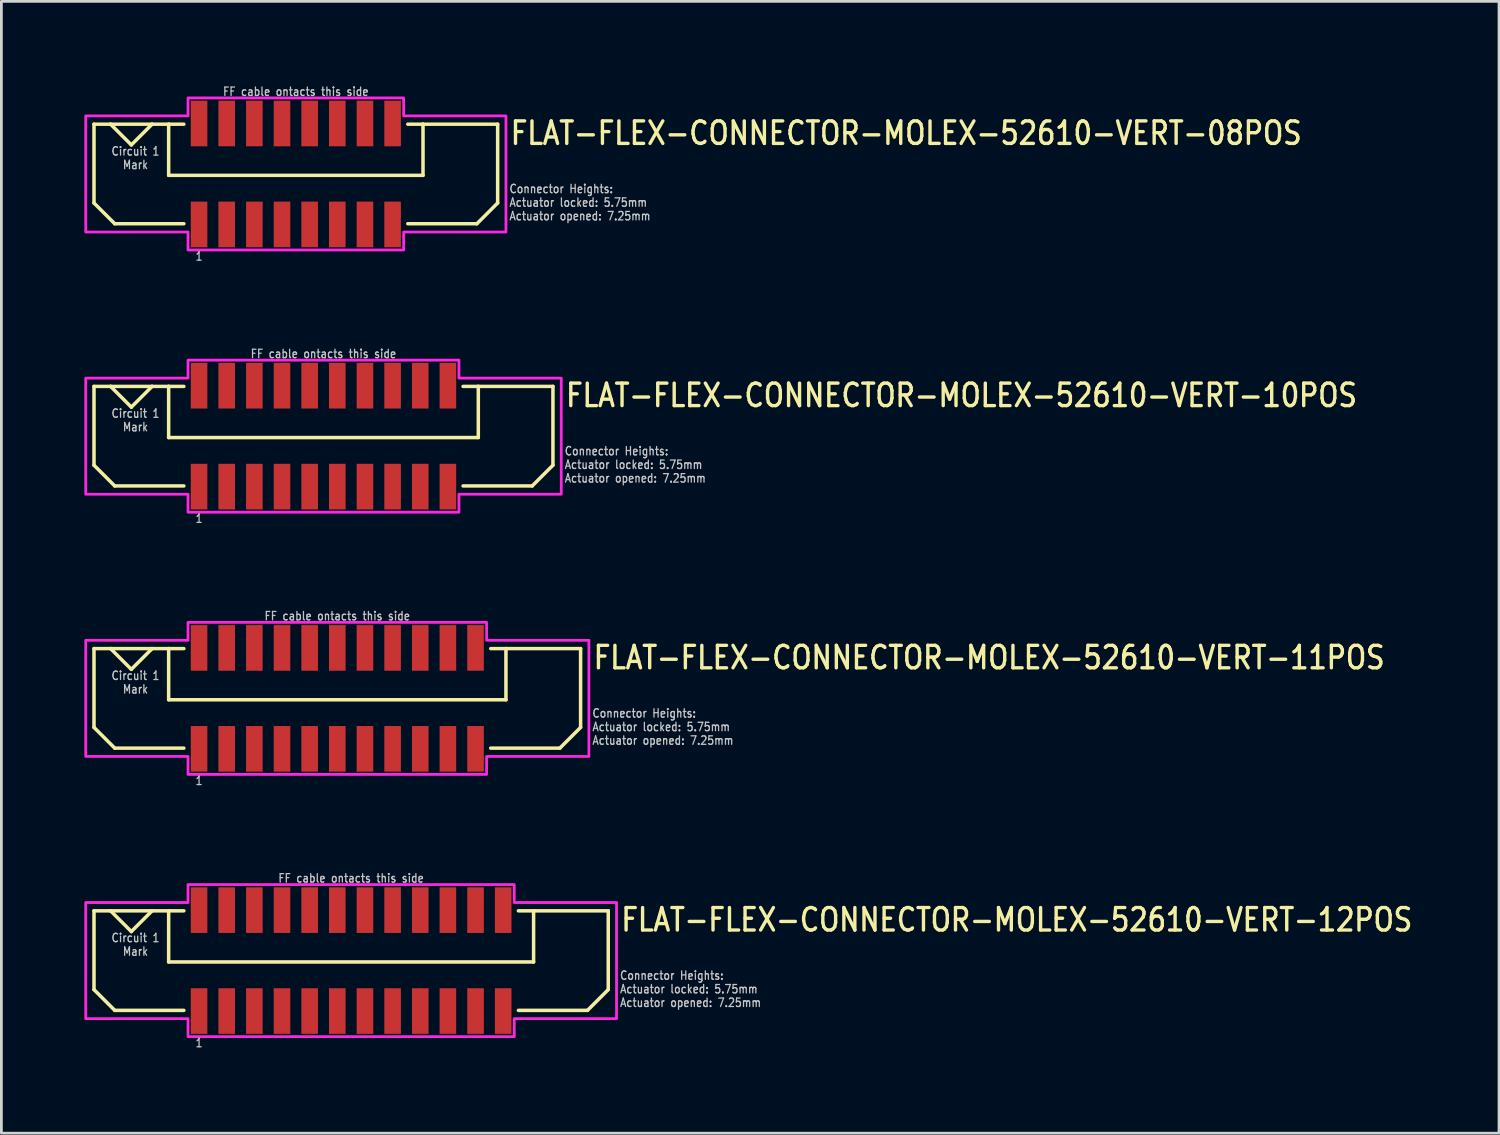
<source format=kicad_pcb>
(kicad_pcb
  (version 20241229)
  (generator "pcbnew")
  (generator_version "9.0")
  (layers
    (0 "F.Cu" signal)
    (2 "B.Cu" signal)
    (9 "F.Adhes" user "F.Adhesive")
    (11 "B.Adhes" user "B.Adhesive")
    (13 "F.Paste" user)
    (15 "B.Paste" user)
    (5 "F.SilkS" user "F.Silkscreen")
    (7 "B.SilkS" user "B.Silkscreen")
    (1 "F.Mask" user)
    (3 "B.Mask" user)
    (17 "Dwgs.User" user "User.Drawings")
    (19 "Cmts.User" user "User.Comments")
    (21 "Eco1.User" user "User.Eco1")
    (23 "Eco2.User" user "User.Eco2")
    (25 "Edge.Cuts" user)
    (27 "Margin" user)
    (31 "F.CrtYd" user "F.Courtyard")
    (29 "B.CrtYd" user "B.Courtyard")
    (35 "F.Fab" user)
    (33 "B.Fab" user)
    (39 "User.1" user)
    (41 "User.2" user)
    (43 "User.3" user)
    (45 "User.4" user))
  (footprint "FLAT-FLEX-CONNECTOR-MOLEX-52610-VERT-08POS"
    (layer "F.Cu")
    (at 7.65 3.242)
    (property "Reference" "FLAT-FLEX-CONNECTOR-MOLEX-52610-VERT-08POS" (at 7.7 -1 0) (unlocked yes) (layer "F.SilkS") (effects (font (size 0.813 0.695) (thickness 0.122)) (justify left bottom)))
    (fp_line (start -7.3 -1.8) (end -7.3 1.05) (stroke (width 0.127) (type solid)) (layer "F.SilkS"))
    (fp_line (start -7.3 1.05) (end -6.55 1.8) (stroke (width 0.127) (type solid)) (layer "F.SilkS"))
    (fp_line (start -6.7 -1.8) (end -7.3 -1.8) (stroke (width 0.127) (type solid)) (layer "F.SilkS"))
    (fp_line (start -6.7 -1.8) (end -5.95 -1.05) (stroke (width 0.127) (type solid)) (layer "F.SilkS"))
    (fp_line (start -6.55 1.8) (end -4.05 1.8) (stroke (width 0.127) (type solid)) (layer "F.SilkS"))
    (fp_line (start -5.95 -1.05) (end -5.2 -1.8) (stroke (width 0.127) (type solid)) (layer "F.SilkS"))
    (fp_line (start -5.2 -1.8) (end -6.7 -1.8) (stroke (width 0.127) (type solid)) (layer "F.SilkS"))
    (fp_line (start -4.6 -1.8) (end -5.2 -1.8) (stroke (width 0.127) (type solid)) (layer "F.SilkS"))
    (fp_line (start -4.6 -1.8) (end -4.6 0.05) (stroke (width 0.127) (type solid)) (layer "F.SilkS"))
    (fp_line (start -4.6 0.05) (end 4.6 0.05) (stroke (width 0.127) (type solid)) (layer "F.SilkS"))
    (fp_line (start -4.05 -1.8) (end -4.6 -1.8) (stroke (width 0.127) (type solid)) (layer "F.SilkS"))
    (fp_line (start 4.05 -1.8) (end 4.6 -1.8) (stroke (width 0.127) (type solid)) (layer "F.SilkS"))
    (fp_line (start 4.6 -1.8) (end 7.3 -1.8) (stroke (width 0.127) (type solid)) (layer "F.SilkS"))
    (fp_line (start 4.6 0.05) (end 4.6 -1.8) (stroke (width 0.127) (type solid)) (layer "F.SilkS"))
    (fp_line (start 6.55 1.8) (end 4.05 1.8) (stroke (width 0.127) (type solid)) (layer "F.SilkS"))
    (fp_line (start 7.3 -1.8) (end 7.3 1.05) (stroke (width 0.127) (type solid)) (layer "F.SilkS"))
    (fp_line (start 7.3 1.05) (end 6.55 1.8) (stroke (width 0.127) (type solid)) (layer "F.SilkS"))
    (fp_poly (pts (xy -7.6 -2.1) (xy -3.9 -2.1) (xy -3.9 -2.75) (xy 3.9 -2.75) (xy 3.9 -2.1) (xy 7.6 -2.1) (xy 7.6 2.1) (xy 3.9 2.1) (xy 3.9 2.75) (xy -3.9 2.75) (xy -3.9 2.1) (xy -7.6 2.1)) (stroke (width 0.1) (type solid)) (fill no) (layer "F.CrtYd"))
    (fp_text user "FF cable ontacts this side" (at 0 -2.8 0) (unlocked yes) (layer "Dwgs.User") (effects (font (size 0.305 0.261) (thickness 0.046)) (justify bottom)))
    (fp_text user "Circuit 1\nMark" (at -5.8 -1 0) (unlocked yes) (layer "Dwgs.User") (effects (font (size 0.305 0.261) (thickness 0.046)) (justify top)))
    (fp_text user "Connector Heights:\nActuator locked: 5.75mm\nActuator opened: 7.25mm" (at 7.7 1.7 0) (unlocked yes) (layer "Dwgs.User") (effects (font (size 0.305 0.261) (thickness 0.046)) (justify left bottom)))
    (fp_text user "1" (at -3.5 2.8 0) (unlocked yes) (layer "Dwgs.User") (effects (font (size 0.305 0.261) (thickness 0.046)) (justify top)))
    (pad "PC1" smd rect (at -3.5 -1.825) (size 0.6 1.65) (layers "F.Cu" "F.Mask" "F.Paste"))
    (pad "PC2" smd rect (at -2.5 -1.825) (size 0.6 1.65) (layers "F.Cu" "F.Mask" "F.Paste"))
    (pad "PC3" smd rect (at -1.5 -1.825) (size 0.6 1.65) (layers "F.Cu" "F.Mask" "F.Paste"))
    (pad "PC4" smd rect (at -0.5 -1.825) (size 0.6 1.65) (layers "F.Cu" "F.Mask" "F.Paste"))
    (pad "PC5" smd rect (at 0.5 -1.825) (size 0.6 1.65) (layers "F.Cu" "F.Mask" "F.Paste"))
    (pad "PC6" smd rect (at 1.5 -1.825) (size 0.6 1.65) (layers "F.Cu" "F.Mask" "F.Paste"))
    (pad "PC7" smd rect (at 2.5 -1.825) (size 0.6 1.65) (layers "F.Cu" "F.Mask" "F.Paste"))
    (pad "PC8" smd rect (at 3.5 -1.825) (size 0.6 1.65) (layers "F.Cu" "F.Mask" "F.Paste"))
    (pad "PS1" smd rect (at -3.5 1.825) (size 0.6 1.65) (layers "F.Cu" "F.Mask" "F.Paste"))
    (pad "PS2" smd rect (at -2.5 1.825) (size 0.6 1.65) (layers "F.Cu" "F.Mask" "F.Paste"))
    (pad "PS3" smd rect (at -1.5 1.825) (size 0.6 1.65) (layers "F.Cu" "F.Mask" "F.Paste"))
    (pad "PS4" smd rect (at -0.5 1.825) (size 0.6 1.65) (layers "F.Cu" "F.Mask" "F.Paste"))
    (pad "PS5" smd rect (at 0.5 1.825) (size 0.6 1.65) (layers "F.Cu" "F.Mask" "F.Paste"))
    (pad "PS6" smd rect (at 1.5 1.825) (size 0.6 1.65) (layers "F.Cu" "F.Mask" "F.Paste"))
    (pad "PS7" smd rect (at 2.5 1.825) (size 0.6 1.65) (layers "F.Cu" "F.Mask" "F.Paste"))
    (pad "PS8" smd rect (at 3.5 1.825) (size 0.6 1.65) (layers "F.Cu" "F.Mask" "F.Paste")))
  (footprint "FLAT-FLEX-CONNECTOR-MOLEX-52610-VERT-12POS"
    (layer "F.Cu")
    (at 9.65 31.694)
    (property "Reference" "FLAT-FLEX-CONNECTOR-MOLEX-52610-VERT-12POS" (at 9.7 -1 0) (unlocked yes) (layer "F.SilkS") (effects (font (size 0.813 0.695) (thickness 0.122)) (justify left bottom)))
    (fp_line (start -9.3 -1.8) (end -9.3 1.05) (stroke (width 0.127) (type solid)) (layer "F.SilkS"))
    (fp_line (start -9.3 1.05) (end -8.55 1.8) (stroke (width 0.127) (type solid)) (layer "F.SilkS"))
    (fp_line (start -8.7 -1.8) (end -9.3 -1.8) (stroke (width 0.127) (type solid)) (layer "F.SilkS"))
    (fp_line (start -8.7 -1.8) (end -7.95 -1.05) (stroke (width 0.127) (type solid)) (layer "F.SilkS"))
    (fp_line (start -8.55 1.8) (end -6.05 1.8) (stroke (width 0.127) (type solid)) (layer "F.SilkS"))
    (fp_line (start -7.95 -1.05) (end -7.2 -1.8) (stroke (width 0.127) (type solid)) (layer "F.SilkS"))
    (fp_line (start -7.2 -1.8) (end -8.7 -1.8) (stroke (width 0.127) (type solid)) (layer "F.SilkS"))
    (fp_line (start -6.6 -1.8) (end -7.2 -1.8) (stroke (width 0.127) (type solid)) (layer "F.SilkS"))
    (fp_line (start -6.6 -1.8) (end -6.6 0.05) (stroke (width 0.127) (type solid)) (layer "F.SilkS"))
    (fp_line (start -6.6 0.05) (end 6.6 0.05) (stroke (width 0.127) (type solid)) (layer "F.SilkS"))
    (fp_line (start -6.05 -1.8) (end -6.6 -1.8) (stroke (width 0.127) (type solid)) (layer "F.SilkS"))
    (fp_line (start 6.05 -1.8) (end 6.6 -1.8) (stroke (width 0.127) (type solid)) (layer "F.SilkS"))
    (fp_line (start 6.6 -1.8) (end 9.3 -1.8) (stroke (width 0.127) (type solid)) (layer "F.SilkS"))
    (fp_line (start 6.6 0.05) (end 6.6 -1.8) (stroke (width 0.127) (type solid)) (layer "F.SilkS"))
    (fp_line (start 8.55 1.8) (end 6.05 1.8) (stroke (width 0.127) (type solid)) (layer "F.SilkS"))
    (fp_line (start 9.3 -1.8) (end 9.3 1.05) (stroke (width 0.127) (type solid)) (layer "F.SilkS"))
    (fp_line (start 9.3 1.05) (end 8.55 1.8) (stroke (width 0.127) (type solid)) (layer "F.SilkS"))
    (fp_poly (pts (xy -9.6 -2.1) (xy -5.9 -2.1) (xy -5.9 -2.75) (xy 5.9 -2.75) (xy 5.9 -2.1) (xy 9.6 -2.1) (xy 9.6 2.1) (xy 5.9 2.1) (xy 5.9 2.75) (xy -5.9 2.75) (xy -5.9 2.1) (xy -9.6 2.1)) (stroke (width 0.1) (type solid)) (fill no) (layer "F.CrtYd"))
    (fp_text user "1" (at -5.5 2.8 0) (unlocked yes) (layer "Dwgs.User") (effects (font (size 0.305 0.261) (thickness 0.046)) (justify top)))
    (fp_text user "FF cable ontacts this side" (at 0 -2.8 0) (unlocked yes) (layer "Dwgs.User") (effects (font (size 0.305 0.261) (thickness 0.046)) (justify bottom)))
    (fp_text user "Circuit 1\nMark" (at -7.8 -1 0) (unlocked yes) (layer "Dwgs.User") (effects (font (size 0.305 0.261) (thickness 0.046)) (justify top)))
    (fp_text user "Connector Heights:\nActuator locked: 5.75mm\nActuator opened: 7.25mm" (at 9.7 1.7 0) (unlocked yes) (layer "Dwgs.User") (effects (font (size 0.305 0.261) (thickness 0.046)) (justify left bottom)))
    (pad "PC1" smd rect (at -5.5 -1.825) (size 0.6 1.65) (layers "F.Cu" "F.Mask" "F.Paste"))
    (pad "PC2" smd rect (at -4.5 -1.825) (size 0.6 1.65) (layers "F.Cu" "F.Mask" "F.Paste"))
    (pad "PC3" smd rect (at -3.5 -1.825) (size 0.6 1.65) (layers "F.Cu" "F.Mask" "F.Paste"))
    (pad "PC4" smd rect (at -2.5 -1.825) (size 0.6 1.65) (layers "F.Cu" "F.Mask" "F.Paste"))
    (pad "PC5" smd rect (at -1.5 -1.825) (size 0.6 1.65) (layers "F.Cu" "F.Mask" "F.Paste"))
    (pad "PC6" smd rect (at -0.5 -1.825) (size 0.6 1.65) (layers "F.Cu" "F.Mask" "F.Paste"))
    (pad "PC7" smd rect (at 0.5 -1.825) (size 0.6 1.65) (layers "F.Cu" "F.Mask" "F.Paste"))
    (pad "PC8" smd rect (at 1.5 -1.825) (size 0.6 1.65) (layers "F.Cu" "F.Mask" "F.Paste"))
    (pad "PC9" smd rect (at 2.5 -1.825) (size 0.6 1.65) (layers "F.Cu" "F.Mask" "F.Paste"))
    (pad "PC10" smd rect (at 3.5 -1.825) (size 0.6 1.65) (layers "F.Cu" "F.Mask" "F.Paste"))
    (pad "PC11" smd rect (at 4.5 -1.825) (size 0.6 1.65) (layers "F.Cu" "F.Mask" "F.Paste"))
    (pad "PC12" smd rect (at 5.5 -1.825) (size 0.6 1.65) (layers "F.Cu" "F.Mask" "F.Paste"))
    (pad "PS1" smd rect (at -5.5 1.825) (size 0.6 1.65) (layers "F.Cu" "F.Mask" "F.Paste"))
    (pad "PS2" smd rect (at -4.5 1.825) (size 0.6 1.65) (layers "F.Cu" "F.Mask" "F.Paste"))
    (pad "PS3" smd rect (at -3.5 1.825) (size 0.6 1.65) (layers "F.Cu" "F.Mask" "F.Paste"))
    (pad "PS4" smd rect (at -2.5 1.825) (size 0.6 1.65) (layers "F.Cu" "F.Mask" "F.Paste"))
    (pad "PS5" smd rect (at -1.5 1.825) (size 0.6 1.65) (layers "F.Cu" "F.Mask" "F.Paste"))
    (pad "PS6" smd rect (at -0.5 1.825) (size 0.6 1.65) (layers "F.Cu" "F.Mask" "F.Paste"))
    (pad "PS7" smd rect (at 0.5 1.825) (size 0.6 1.65) (layers "F.Cu" "F.Mask" "F.Paste"))
    (pad "PS8" smd rect (at 1.5 1.825) (size 0.6 1.65) (layers "F.Cu" "F.Mask" "F.Paste"))
    (pad "PS9" smd rect (at 2.5 1.825) (size 0.6 1.65) (layers "F.Cu" "F.Mask" "F.Paste"))
    (pad "PS10" smd rect (at 3.5 1.825) (size 0.6 1.65) (layers "F.Cu" "F.Mask" "F.Paste"))
    (pad "PS11" smd rect (at 4.5 1.825) (size 0.6 1.65) (layers "F.Cu" "F.Mask" "F.Paste"))
    (pad "PS12" smd rect (at 5.5 1.825) (size 0.6 1.65) (layers "F.Cu" "F.Mask" "F.Paste")))
  (footprint "FLAT-FLEX-CONNECTOR-MOLEX-52610-VERT-11POS"
    (layer "F.Cu")
    (at 9.15 22.21)
    (property "Reference" "FLAT-FLEX-CONNECTOR-MOLEX-52610-VERT-11POS" (at 9.2 -1 0) (unlocked yes) (layer "F.SilkS") (effects (font (size 0.813 0.695) (thickness 0.122)) (justify left bottom)))
    (fp_line (start -8.8 -1.8) (end -8.8 1.05) (stroke (width 0.127) (type solid)) (layer "F.SilkS"))
    (fp_line (start -8.8 1.05) (end -8.05 1.8) (stroke (width 0.127) (type solid)) (layer "F.SilkS"))
    (fp_line (start -8.2 -1.8) (end -8.8 -1.8) (stroke (width 0.127) (type solid)) (layer "F.SilkS"))
    (fp_line (start -8.2 -1.8) (end -7.45 -1.05) (stroke (width 0.127) (type solid)) (layer "F.SilkS"))
    (fp_line (start -8.05 1.8) (end -5.55 1.8) (stroke (width 0.127) (type solid)) (layer "F.SilkS"))
    (fp_line (start -7.45 -1.05) (end -6.7 -1.8) (stroke (width 0.127) (type solid)) (layer "F.SilkS"))
    (fp_line (start -6.7 -1.8) (end -8.2 -1.8) (stroke (width 0.127) (type solid)) (layer "F.SilkS"))
    (fp_line (start -6.1 -1.8) (end -6.7 -1.8) (stroke (width 0.127) (type solid)) (layer "F.SilkS"))
    (fp_line (start -6.1 -1.8) (end -6.1 0.05) (stroke (width 0.127) (type solid)) (layer "F.SilkS"))
    (fp_line (start -6.1 0.05) (end 6.1 0.05) (stroke (width 0.127) (type solid)) (layer "F.SilkS"))
    (fp_line (start -5.55 -1.8) (end -6.1 -1.8) (stroke (width 0.127) (type solid)) (layer "F.SilkS"))
    (fp_line (start 5.55 -1.8) (end 6.1 -1.8) (stroke (width 0.127) (type solid)) (layer "F.SilkS"))
    (fp_line (start 6.1 -1.8) (end 8.8 -1.8) (stroke (width 0.127) (type solid)) (layer "F.SilkS"))
    (fp_line (start 6.1 0.05) (end 6.1 -1.8) (stroke (width 0.127) (type solid)) (layer "F.SilkS"))
    (fp_line (start 8.05 1.8) (end 5.55 1.8) (stroke (width 0.127) (type solid)) (layer "F.SilkS"))
    (fp_line (start 8.8 -1.8) (end 8.8 1.05) (stroke (width 0.127) (type solid)) (layer "F.SilkS"))
    (fp_line (start 8.8 1.05) (end 8.05 1.8) (stroke (width 0.127) (type solid)) (layer "F.SilkS"))
    (fp_poly (pts (xy -9.1 -2.1) (xy -5.4 -2.1) (xy -5.4 -2.75) (xy 5.4 -2.75) (xy 5.4 -2.1) (xy 9.1 -2.1) (xy 9.1 2.1) (xy 5.4 2.1) (xy 5.4 2.75) (xy -5.4 2.75) (xy -5.4 2.1) (xy -9.1 2.1)) (stroke (width 0.1) (type solid)) (fill no) (layer "F.CrtYd"))
    (fp_text user "Circuit 1\nMark" (at -7.3 -1 0) (unlocked yes) (layer "Dwgs.User") (effects (font (size 0.305 0.261) (thickness 0.046)) (justify top)))
    (fp_text user "Connector Heights:\nActuator locked: 5.75mm\nActuator opened: 7.25mm" (at 9.2 1.7 0) (unlocked yes) (layer "Dwgs.User") (effects (font (size 0.305 0.261) (thickness 0.046)) (justify left bottom)))
    (fp_text user "FF cable ontacts this side" (at 0 -2.8 0) (unlocked yes) (layer "Dwgs.User") (effects (font (size 0.305 0.261) (thickness 0.046)) (justify bottom)))
    (fp_text user "1" (at -5 2.8 0) (unlocked yes) (layer "Dwgs.User") (effects (font (size 0.305 0.261) (thickness 0.046)) (justify top)))
    (pad "PC1" smd rect (at -5 -1.825) (size 0.6 1.65) (layers "F.Cu" "F.Mask" "F.Paste"))
    (pad "PC2" smd rect (at -4 -1.825) (size 0.6 1.65) (layers "F.Cu" "F.Mask" "F.Paste"))
    (pad "PC3" smd rect (at -3 -1.825) (size 0.6 1.65) (layers "F.Cu" "F.Mask" "F.Paste"))
    (pad "PC4" smd rect (at -2 -1.825) (size 0.6 1.65) (layers "F.Cu" "F.Mask" "F.Paste"))
    (pad "PC5" smd rect (at -1 -1.825) (size 0.6 1.65) (layers "F.Cu" "F.Mask" "F.Paste"))
    (pad "PC6" smd rect (at 0 -1.825) (size 0.6 1.65) (layers "F.Cu" "F.Mask" "F.Paste"))
    (pad "PC7" smd rect (at 1 -1.825) (size 0.6 1.65) (layers "F.Cu" "F.Mask" "F.Paste"))
    (pad "PC8" smd rect (at 2 -1.825) (size 0.6 1.65) (layers "F.Cu" "F.Mask" "F.Paste"))
    (pad "PC9" smd rect (at 3 -1.825) (size 0.6 1.65) (layers "F.Cu" "F.Mask" "F.Paste"))
    (pad "PC10" smd rect (at 4 -1.825) (size 0.6 1.65) (layers "F.Cu" "F.Mask" "F.Paste"))
    (pad "PC11" smd rect (at 5 -1.825) (size 0.6 1.65) (layers "F.Cu" "F.Mask" "F.Paste"))
    (pad "PS1" smd rect (at -5 1.825) (size 0.6 1.65) (layers "F.Cu" "F.Mask" "F.Paste"))
    (pad "PS2" smd rect (at -4 1.825) (size 0.6 1.65) (layers "F.Cu" "F.Mask" "F.Paste"))
    (pad "PS3" smd rect (at -3 1.825) (size 0.6 1.65) (layers "F.Cu" "F.Mask" "F.Paste"))
    (pad "PS4" smd rect (at -2 1.825) (size 0.6 1.65) (layers "F.Cu" "F.Mask" "F.Paste"))
    (pad "PS5" smd rect (at -1 1.825) (size 0.6 1.65) (layers "F.Cu" "F.Mask" "F.Paste"))
    (pad "PS6" smd rect (at 0 1.825) (size 0.6 1.65) (layers "F.Cu" "F.Mask" "F.Paste"))
    (pad "PS7" smd rect (at 1 1.825) (size 0.6 1.65) (layers "F.Cu" "F.Mask" "F.Paste"))
    (pad "PS8" smd rect (at 2 1.825) (size 0.6 1.65) (layers "F.Cu" "F.Mask" "F.Paste"))
    (pad "PS9" smd rect (at 3 1.825) (size 0.6 1.65) (layers "F.Cu" "F.Mask" "F.Paste"))
    (pad "PS10" smd rect (at 4 1.825) (size 0.6 1.65) (layers "F.Cu" "F.Mask" "F.Paste"))
    (pad "PS11" smd rect (at 5 1.825) (size 0.6 1.65) (layers "F.Cu" "F.Mask" "F.Paste")))
  (footprint "FLAT-FLEX-CONNECTOR-MOLEX-52610-VERT-10POS"
    (layer "F.Cu")
    (at 8.65 12.726)
    (property "Reference" "FLAT-FLEX-CONNECTOR-MOLEX-52610-VERT-10POS" (at 8.7 -1 0) (unlocked yes) (layer "F.SilkS") (effects (font (size 0.813 0.695) (thickness 0.122)) (justify left bottom)))
    (fp_line (start -8.3 -1.8) (end -8.3 1.05) (stroke (width 0.127) (type solid)) (layer "F.SilkS"))
    (fp_line (start -8.3 1.05) (end -7.55 1.8) (stroke (width 0.127) (type solid)) (layer "F.SilkS"))
    (fp_line (start -7.7 -1.8) (end -8.3 -1.8) (stroke (width 0.127) (type solid)) (layer "F.SilkS"))
    (fp_line (start -7.7 -1.8) (end -6.95 -1.05) (stroke (width 0.127) (type solid)) (layer "F.SilkS"))
    (fp_line (start -7.55 1.8) (end -5.05 1.8) (stroke (width 0.127) (type solid)) (layer "F.SilkS"))
    (fp_line (start -6.95 -1.05) (end -6.2 -1.8) (stroke (width 0.127) (type solid)) (layer "F.SilkS"))
    (fp_line (start -6.2 -1.8) (end -7.7 -1.8) (stroke (width 0.127) (type solid)) (layer "F.SilkS"))
    (fp_line (start -5.6 -1.8) (end -6.2 -1.8) (stroke (width 0.127) (type solid)) (layer "F.SilkS"))
    (fp_line (start -5.6 -1.8) (end -5.6 0.05) (stroke (width 0.127) (type solid)) (layer "F.SilkS"))
    (fp_line (start -5.6 0.05) (end 5.6 0.05) (stroke (width 0.127) (type solid)) (layer "F.SilkS"))
    (fp_line (start -5.05 -1.8) (end -5.6 -1.8) (stroke (width 0.127) (type solid)) (layer "F.SilkS"))
    (fp_line (start 5.05 -1.8) (end 5.6 -1.8) (stroke (width 0.127) (type solid)) (layer "F.SilkS"))
    (fp_line (start 5.6 -1.8) (end 8.3 -1.8) (stroke (width 0.127) (type solid)) (layer "F.SilkS"))
    (fp_line (start 5.6 0.05) (end 5.6 -1.8) (stroke (width 0.127) (type solid)) (layer "F.SilkS"))
    (fp_line (start 7.55 1.8) (end 5.05 1.8) (stroke (width 0.127) (type solid)) (layer "F.SilkS"))
    (fp_line (start 8.3 -1.8) (end 8.3 1.05) (stroke (width 0.127) (type solid)) (layer "F.SilkS"))
    (fp_line (start 8.3 1.05) (end 7.55 1.8) (stroke (width 0.127) (type solid)) (layer "F.SilkS"))
    (fp_poly (pts (xy -8.6 -2.1) (xy -4.9 -2.1) (xy -4.9 -2.75) (xy 4.9 -2.75) (xy 4.9 -2.1) (xy 8.6 -2.1) (xy 8.6 2.1) (xy 4.9 2.1) (xy 4.9 2.75) (xy -4.9 2.75) (xy -4.9 2.1) (xy -8.6 2.1)) (stroke (width 0.1) (type solid)) (fill no) (layer "F.CrtYd"))
    (fp_text user "Connector Heights:\nActuator locked: 5.75mm\nActuator opened: 7.25mm" (at 8.7 1.7 0) (unlocked yes) (layer "Dwgs.User") (effects (font (size 0.305 0.261) (thickness 0.046)) (justify left bottom)))
    (fp_text user "FF cable ontacts this side" (at 0 -2.8 0) (unlocked yes) (layer "Dwgs.User") (effects (font (size 0.305 0.261) (thickness 0.046)) (justify bottom)))
    (fp_text user "1" (at -4.5 2.8 0) (unlocked yes) (layer "Dwgs.User") (effects (font (size 0.305 0.261) (thickness 0.046)) (justify top)))
    (fp_text user "Circuit 1\nMark" (at -6.8 -1 0) (unlocked yes) (layer "Dwgs.User") (effects (font (size 0.305 0.261) (thickness 0.046)) (justify top)))
    (pad "PC1" smd rect (at -4.5 -1.825) (size 0.6 1.65) (layers "F.Cu" "F.Mask" "F.Paste"))
    (pad "PC2" smd rect (at -3.5 -1.825) (size 0.6 1.65) (layers "F.Cu" "F.Mask" "F.Paste"))
    (pad "PC3" smd rect (at -2.5 -1.825) (size 0.6 1.65) (layers "F.Cu" "F.Mask" "F.Paste"))
    (pad "PC4" smd rect (at -1.5 -1.825) (size 0.6 1.65) (layers "F.Cu" "F.Mask" "F.Paste"))
    (pad "PC5" smd rect (at -0.5 -1.825) (size 0.6 1.65) (layers "F.Cu" "F.Mask" "F.Paste"))
    (pad "PC6" smd rect (at 0.5 -1.825) (size 0.6 1.65) (layers "F.Cu" "F.Mask" "F.Paste"))
    (pad "PC7" smd rect (at 1.5 -1.825) (size 0.6 1.65) (layers "F.Cu" "F.Mask" "F.Paste"))
    (pad "PC8" smd rect (at 2.5 -1.825) (size 0.6 1.65) (layers "F.Cu" "F.Mask" "F.Paste"))
    (pad "PC9" smd rect (at 3.5 -1.825) (size 0.6 1.65) (layers "F.Cu" "F.Mask" "F.Paste"))
    (pad "PC10" smd rect (at 4.5 -1.825) (size 0.6 1.65) (layers "F.Cu" "F.Mask" "F.Paste"))
    (pad "PS1" smd rect (at -4.5 1.825) (size 0.6 1.65) (layers "F.Cu" "F.Mask" "F.Paste"))
    (pad "PS2" smd rect (at -3.5 1.825) (size 0.6 1.65) (layers "F.Cu" "F.Mask" "F.Paste"))
    (pad "PS3" smd rect (at -2.5 1.825) (size 0.6 1.65) (layers "F.Cu" "F.Mask" "F.Paste"))
    (pad "PS4" smd rect (at -1.5 1.825) (size 0.6 1.65) (layers "F.Cu" "F.Mask" "F.Paste"))
    (pad "PS5" smd rect (at -0.5 1.825) (size 0.6 1.65) (layers "F.Cu" "F.Mask" "F.Paste"))
    (pad "PS6" smd rect (at 0.5 1.825) (size 0.6 1.65) (layers "F.Cu" "F.Mask" "F.Paste"))
    (pad "PS7" smd rect (at 1.5 1.825) (size 0.6 1.65) (layers "F.Cu" "F.Mask" "F.Paste"))
    (pad "PS8" smd rect (at 2.5 1.825) (size 0.6 1.65) (layers "F.Cu" "F.Mask" "F.Paste"))
    (pad "PS9" smd rect (at 3.5 1.825) (size 0.6 1.65) (layers "F.Cu" "F.Mask" "F.Paste"))
    (pad "PS10" smd rect (at 4.5 1.825) (size 0.6 1.65) (layers "F.Cu" "F.Mask" "F.Paste")))
  (gr_rect
    (start -3 -3)
    (end 51.169 37.936)
    (stroke (width 0.1) (type default))
    (fill no)
    (layer "Edge.Cuts")))
</source>
